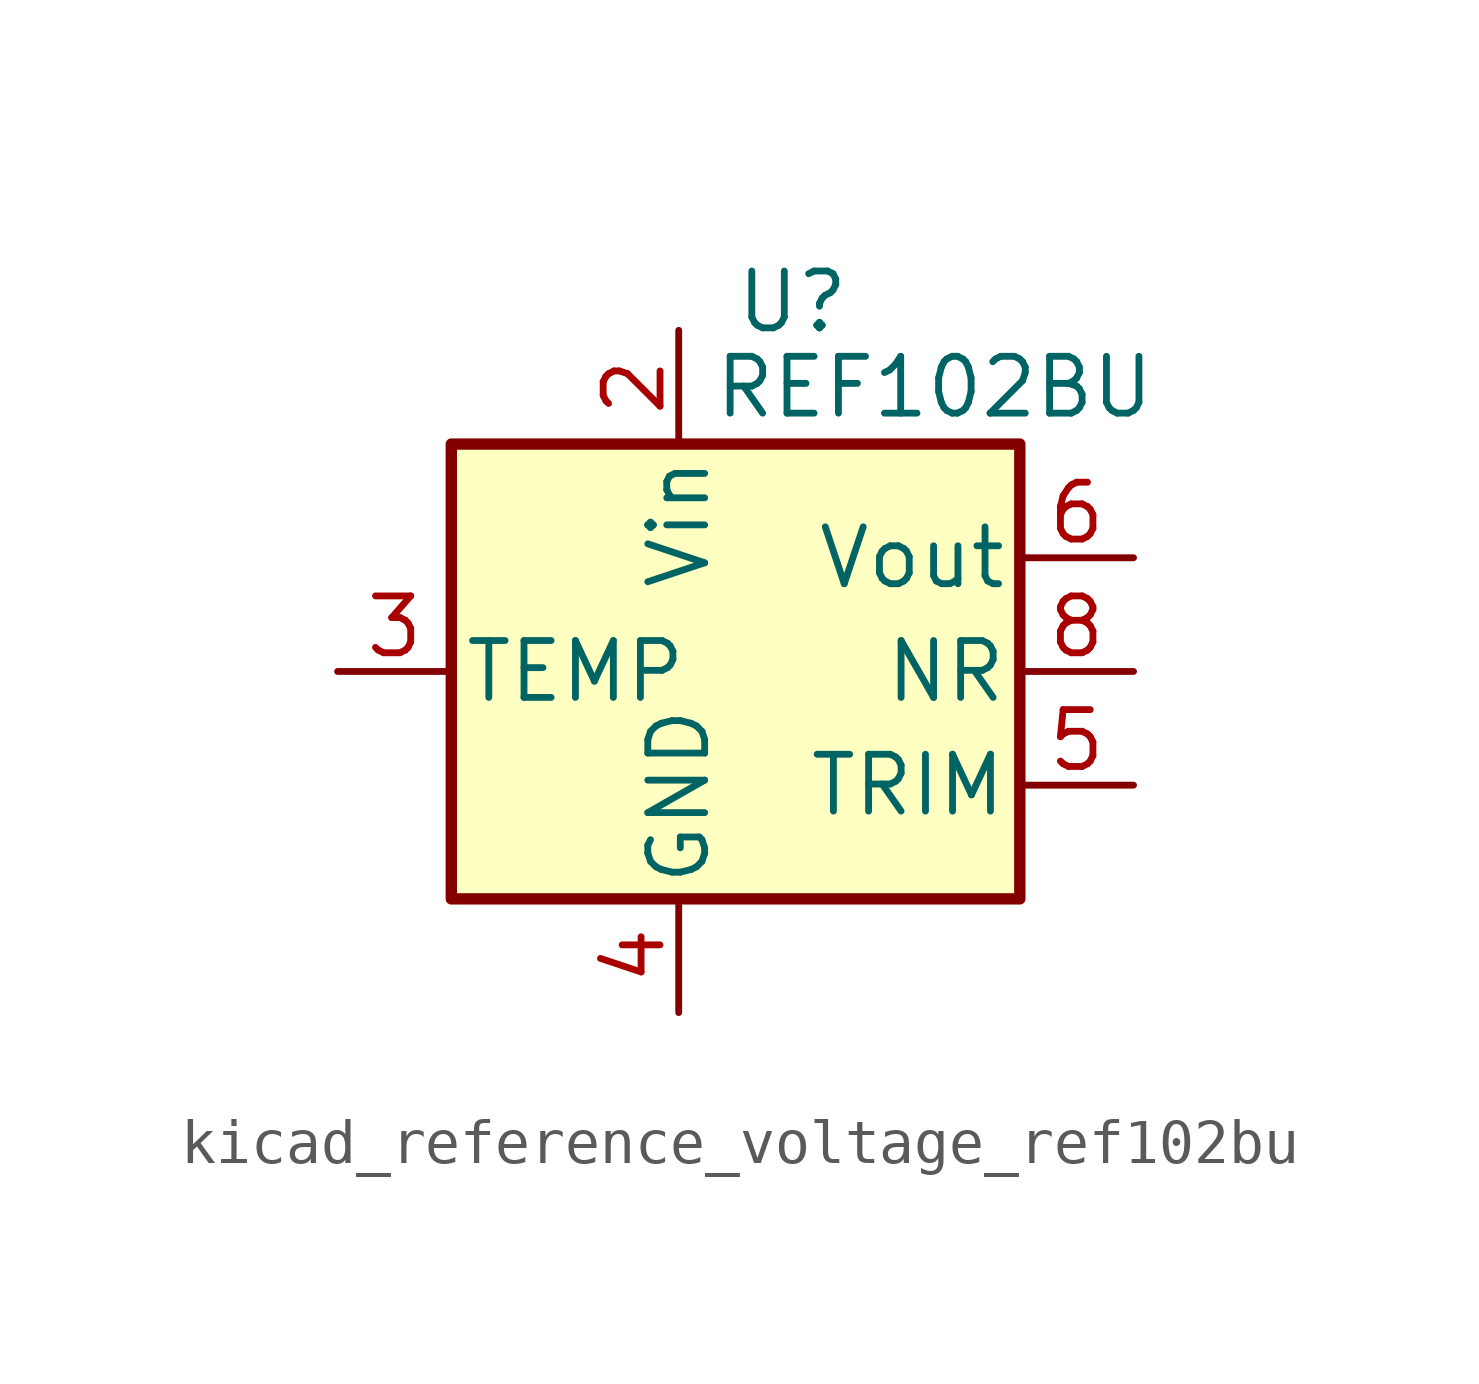
<source format=kicad_sym>
(kicad_symbol_lib
  (version 20220914)
  (generator kicad_symbol_editor)
  (symbol "kicad_reference_voltage_ref102bu"
    (pin_names
      (offset 0.254))
    (property "Reference" "U"
      (at 0 8.255 0)
      (effects (font (size 1.27 1.27))))
    (property "Value" "REF102BU"
      (at 3.175 6.35 0)
      (effects (font (size 1.27 1.27))))
    (symbol "kicad_reference_voltage_ref102bu_0_1"
      (rectangle (start -7.62 5.08) (end 5.08 -5.08) (stroke (width 0.254) (type default)) (fill (type background))))
    (symbol "kicad_reference_voltage_ref102bu_1_1"
      (pin no_connect line (at -5.08 -5.08 90) (length 2.54) hide (name "NC" (effects (font (size 1.27 1.27)))) (number "1" (effects (font (size 1.27 1.27)))))
      (pin power_in line (at -2.54 7.62 270) (length 2.54) (name "Vin" (effects (font (size 1.27 1.27)))) (number "2" (effects (font (size 1.27 1.27)))))
      (pin passive line (at -10.16 0 0) (length 2.54) (name "TEMP" (effects (font (size 1.27 1.27)))) (number "3" (effects (font (size 1.27 1.27)))))
      (pin power_in line (at -2.54 -7.62 90) (length 2.54) (name "GND" (effects (font (size 1.27 1.27)))) (number "4" (effects (font (size 1.27 1.27)))))
      (pin passive line (at 7.62 -2.54 180) (length 2.54) (name "TRIM" (effects (font (size 1.27 1.27)))) (number "5" (effects (font (size 1.27 1.27)))))
      (pin power_out line (at 7.62 2.54 180) (length 2.54) (name "Vout" (effects (font (size 1.27 1.27)))) (number "6" (effects (font (size 1.27 1.27)))))
      (pin no_connect line (at 0 -5.08 90) (length 2.54) hide (name "NC" (effects (font (size 1.27 1.27)))) (number "7" (effects (font (size 1.27 1.27)))))
      (pin passive line (at 7.62 0 180) (length 2.54) (name "NR" (effects (font (size 1.27 1.27)))) (number "8" (effects (font (size 1.27 1.27))))))))
</source>
